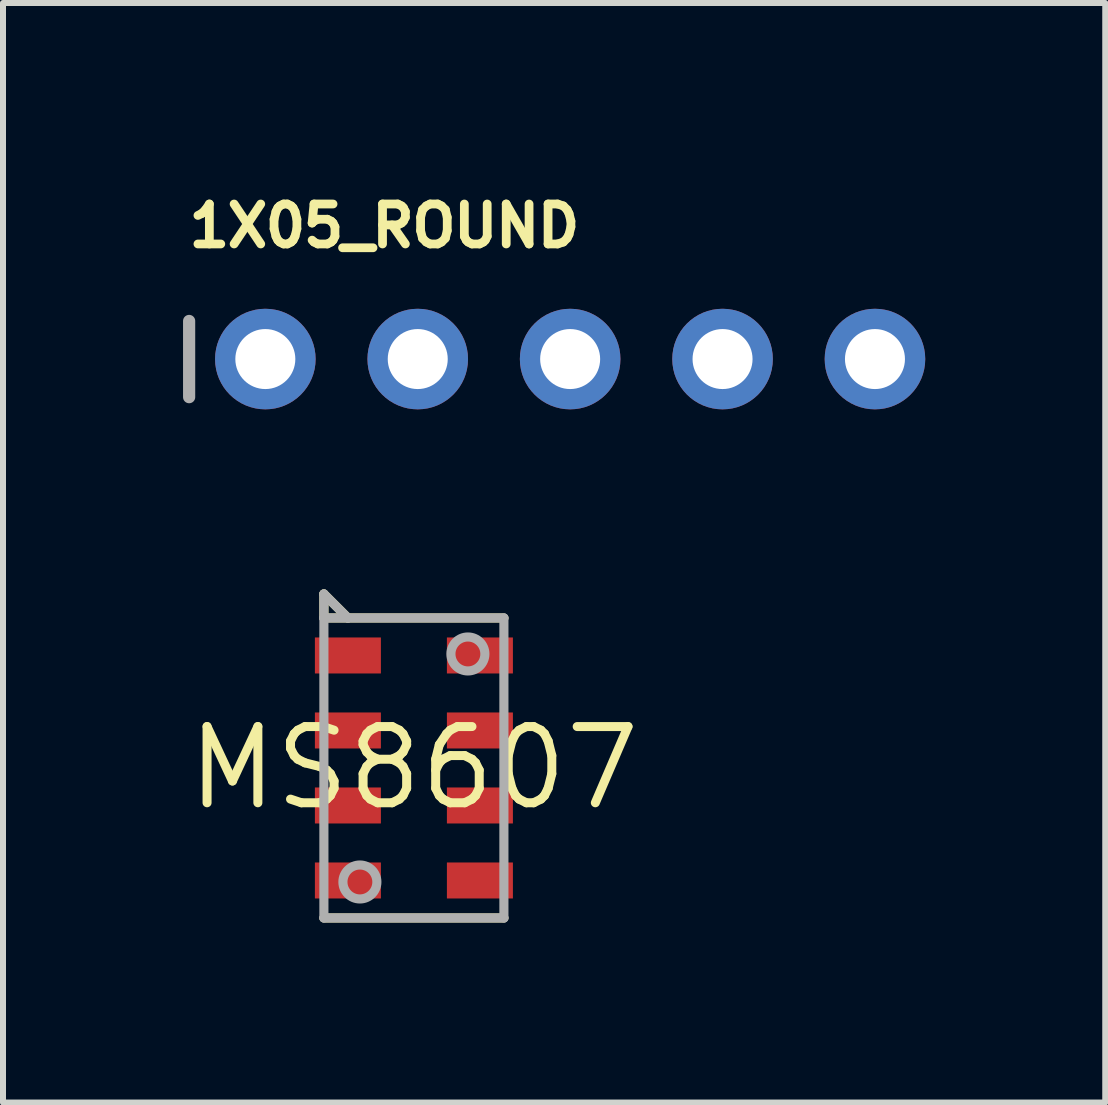
<source format=kicad_pcb>
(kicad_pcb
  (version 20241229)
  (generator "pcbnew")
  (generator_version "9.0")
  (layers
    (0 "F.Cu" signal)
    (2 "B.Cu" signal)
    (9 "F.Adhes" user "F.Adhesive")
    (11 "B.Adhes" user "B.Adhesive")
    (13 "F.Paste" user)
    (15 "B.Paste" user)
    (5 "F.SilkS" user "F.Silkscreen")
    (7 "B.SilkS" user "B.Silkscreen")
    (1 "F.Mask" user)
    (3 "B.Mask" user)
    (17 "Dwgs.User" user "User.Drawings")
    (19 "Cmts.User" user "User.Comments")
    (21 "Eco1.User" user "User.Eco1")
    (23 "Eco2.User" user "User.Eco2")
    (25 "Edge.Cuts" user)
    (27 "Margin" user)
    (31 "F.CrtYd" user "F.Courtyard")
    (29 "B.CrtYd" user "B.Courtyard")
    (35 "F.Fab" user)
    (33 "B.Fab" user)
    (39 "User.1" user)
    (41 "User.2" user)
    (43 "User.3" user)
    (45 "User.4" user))
  (footprint "MS8607"
    (layer "F.Cu")
    (at 3.848 9.749)
    (property "Reference" "MS8607" (at 0 0 0) (layer "F.SilkS") (effects (font (size 1.27 1.27) (thickness 0.15))))
    (fp_line (start -1.5 -2.9) (end -1.1 -2.5) (stroke (width 0.152) (type solid)) (layer "F.SilkS"))
    (fp_line (start -1.5 -2.5) (end -1.5 -2.9) (stroke (width 0.152) (type solid)) (layer "F.SilkS"))
    (fp_line (start -1.5 2.5) (end 1.5 2.5) (stroke (width 0.152) (type solid)) (layer "F.SilkS"))
    (fp_line (start -1.1 -2.5) (end -1.5 -2.5) (stroke (width 0.152) (type solid)) (layer "F.SilkS"))
    (fp_line (start 1.5 -2.5) (end -1.1 -2.5) (stroke (width 0.152) (type solid)) (layer "F.SilkS"))
    (fp_line (start -1.5 -2.9) (end -1.1 -2.5) (stroke (width 0.152) (type solid)) (layer "F.Fab"))
    (fp_line (start -1.5 -2.5) (end -1.5 -2.9) (stroke (width 0.152) (type solid)) (layer "F.Fab"))
    (fp_line (start -1.5 -2.5) (end -1.1 -2.5) (stroke (width 0.152) (type solid)) (layer "F.Fab"))
    (fp_line (start -1.5 2.5) (end -1.5 -2.5) (stroke (width 0.152) (type solid)) (layer "F.Fab"))
    (fp_line (start -1.1 -2.5) (end 1.5 -2.5) (stroke (width 0.152) (type solid)) (layer "F.Fab"))
    (fp_line (start 1.5 -2.5) (end 1.5 2.5) (stroke (width 0.152) (type solid)) (layer "F.Fab"))
    (fp_line (start 1.5 2.5) (end -1.5 2.5) (stroke (width 0.152) (type solid)) (layer "F.Fab"))
    (fp_circle (center -0.9 1.9) (end -0.617 1.9) (stroke (width 0.152) (type solid)) (fill no) (layer "F.Fab"))
    (fp_circle (center 0.9 -1.9) (end 1.183 -1.9) (stroke (width 0.152) (type solid)) (fill no) (layer "F.Fab"))
    (pad "1" smd rect (at -1.1 -1.875) (size 1.1 0.6) (layers "F.Cu" "F.Mask" "F.Paste"))
    (pad "2" smd rect (at -1.1 -0.625) (size 1.1 0.6) (layers "F.Cu" "F.Mask" "F.Paste"))
    (pad "3" smd rect (at -1.1 0.625) (size 1.1 0.6) (layers "F.Cu" "F.Mask" "F.Paste"))
    (pad "4" smd rect (at -1.1 1.875) (size 1.1 0.6) (layers "F.Cu" "F.Mask" "F.Paste"))
    (pad "5" smd rect (at 1.1 1.875 180) (size 1.1 0.6) (layers "F.Cu" "F.Mask" "F.Paste"))
    (pad "6" smd rect (at 1.1 0.625 180) (size 1.1 0.6) (layers "F.Cu" "F.Mask" "F.Paste"))
    (pad "7" smd rect (at 1.1 -0.625 180) (size 1.1 0.6) (layers "F.Cu" "F.Mask" "F.Paste"))
    (pad "8" smd rect (at 1.1 -1.875 180) (size 1.1 0.6) (layers "F.Cu" "F.Mask" "F.Paste")))
  (footprint "1X05_ROUND"
    (layer "F.Cu")
    (at 6.452 2.934)
    (property "Reference" "1X05_ROUND" (at -6.426 -1.829 0) (layer "F.SilkS") (effects (font (size 0.666 0.666) (thickness 0.146)) (justify left bottom)))
    (fp_line (start -6.35 -0.635) (end -6.35 0.635) (stroke (width 0.203) (type solid)) (layer "F.Fab"))
    (fp_poly (pts (xy -5.334 0.254) (xy -4.826 0.254) (xy -4.826 -0.254) (xy -5.334 -0.254)) (stroke (width 0.1) (type solid)) (fill no) (layer "F.Fab"))
    (fp_poly (pts (xy -2.794 0.254) (xy -2.286 0.254) (xy -2.286 -0.254) (xy -2.794 -0.254)) (stroke (width 0.1) (type solid)) (fill no) (layer "F.Fab"))
    (fp_poly (pts (xy -0.254 0.254) (xy 0.254 0.254) (xy 0.254 -0.254) (xy -0.254 -0.254)) (stroke (width 0.1) (type solid)) (fill no) (layer "F.Fab"))
    (fp_poly (pts (xy 2.286 0.254) (xy 2.794 0.254) (xy 2.794 -0.254) (xy 2.286 -0.254)) (stroke (width 0.1) (type solid)) (fill no) (layer "F.Fab"))
    (fp_poly (pts (xy 4.826 0.254) (xy 5.334 0.254) (xy 5.334 -0.254) (xy 4.826 -0.254)) (stroke (width 0.1) (type solid)) (fill no) (layer "F.Fab"))
    (pad "1" thru_hole circle (at -5.08 0 90) (size 1.676 1.676) (drill 1) (layers "*.Cu" "*.Mask"))
    (pad "2" thru_hole circle (at -2.54 0 90) (size 1.676 1.676) (drill 1) (layers "*.Cu" "*.Mask"))
    (pad "3" thru_hole circle (at 0 0 90) (size 1.676 1.676) (drill 1) (layers "*.Cu" "*.Mask"))
    (pad "4" thru_hole circle (at 2.54 0 90) (size 1.676 1.676) (drill 1) (layers "*.Cu" "*.Mask"))
    (pad "5" thru_hole circle (at 5.08 0 90) (size 1.676 1.676) (drill 1) (layers "*.Cu" "*.Mask")))
  (gr_rect
    (start -3 -3)
    (end 15.37 15.325)
    (stroke (width 0.1) (type default))
    (fill no)
    (layer "Edge.Cuts")))
</source>
